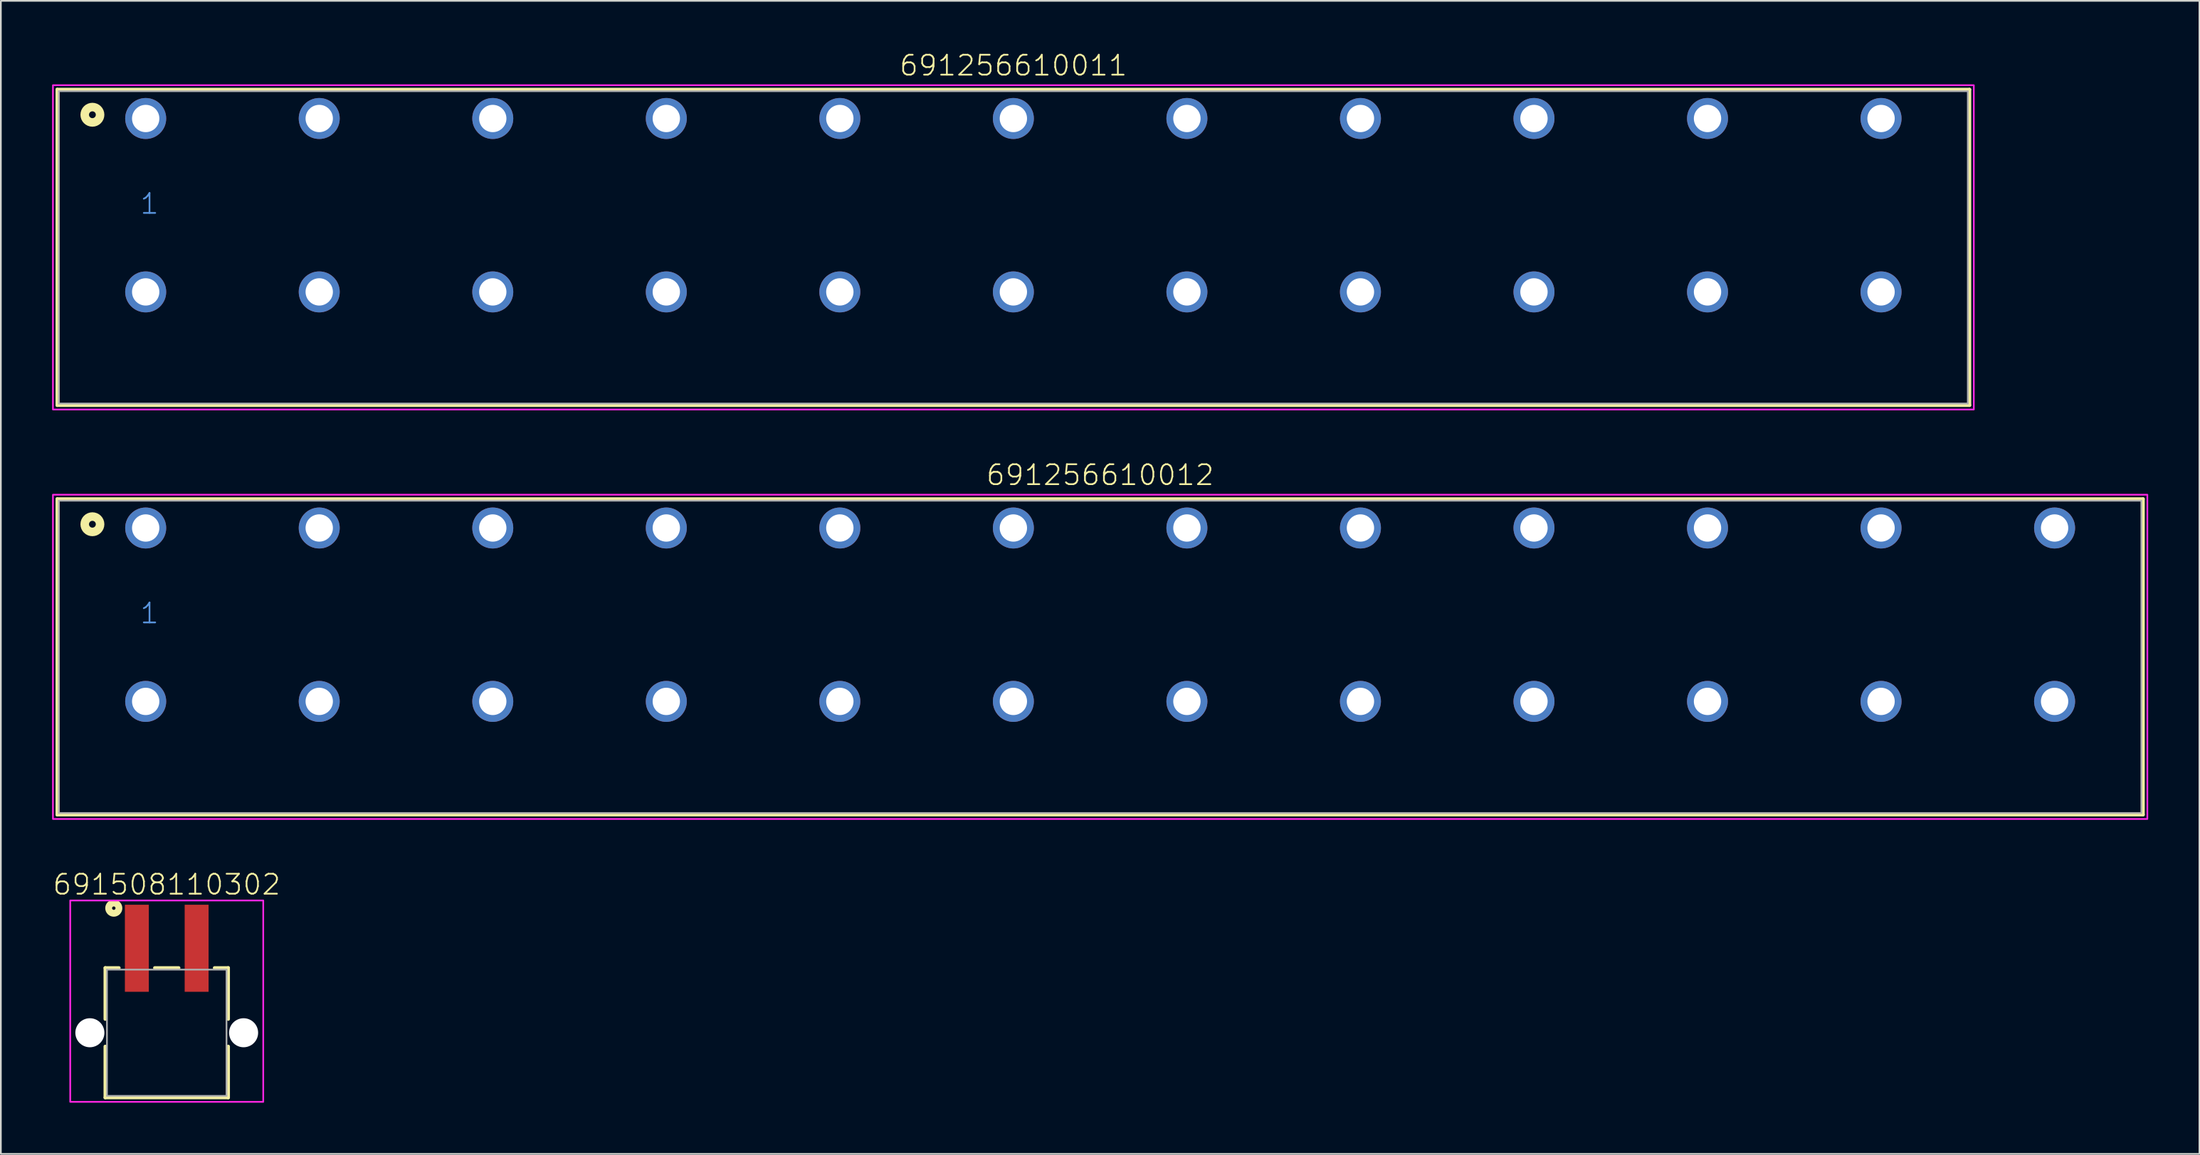
<source format=kicad_pcb>
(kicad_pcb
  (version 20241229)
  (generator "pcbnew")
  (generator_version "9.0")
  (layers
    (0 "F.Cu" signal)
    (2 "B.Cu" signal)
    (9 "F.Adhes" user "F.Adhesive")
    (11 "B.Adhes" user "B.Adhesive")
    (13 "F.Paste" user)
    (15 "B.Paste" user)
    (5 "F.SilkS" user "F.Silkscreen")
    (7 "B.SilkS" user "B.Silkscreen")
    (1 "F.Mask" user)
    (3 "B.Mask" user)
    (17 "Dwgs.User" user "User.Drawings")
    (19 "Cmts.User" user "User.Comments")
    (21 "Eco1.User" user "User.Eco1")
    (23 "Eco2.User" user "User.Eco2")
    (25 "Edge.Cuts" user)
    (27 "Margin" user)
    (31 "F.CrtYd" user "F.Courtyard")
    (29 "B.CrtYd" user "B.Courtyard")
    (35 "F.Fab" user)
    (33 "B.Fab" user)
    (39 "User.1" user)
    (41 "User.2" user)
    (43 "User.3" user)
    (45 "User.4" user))
  (footprint "691256610012"
    (layer "F.Cu")
    (at 61.36 32.966)
    (property "Reference" "691256610012" (at 0 -7.5 0) (unlocked yes) (layer "F.SilkS") (effects (font (size 1.168 1.168) (thickness 0.102)) (justify bottom)))
    (fp_line (start -61.06 -6.78) (end 61.06 -6.78) (stroke (width 0.2) (type solid)) (layer "F.SilkS"))
    (fp_line (start -61.06 11.72) (end -61.06 -6.78) (stroke (width 0.2) (type solid)) (layer "F.SilkS"))
    (fp_line (start 61.06 -6.78) (end 61.06 11.72) (stroke (width 0.2) (type solid)) (layer "F.SilkS"))
    (fp_line (start 61.06 11.72) (end -61.06 11.72) (stroke (width 0.2) (type solid)) (layer "F.SilkS"))
    (fp_circle (center -59 -5.3) (end -58.8 -5.3) (stroke (width 0.5) (type solid)) (fill no) (layer "F.SilkS"))
    (fp_poly (pts (xy 61.31 11.97) (xy -61.31 11.97) (xy -61.31 -7.03) (xy 61.31 -7.03)) (stroke (width 0.1) (type default)) (fill no) (layer "F.CrtYd"))
    (fp_line (start -60.96 -6.68) (end 60.96 -6.68) (stroke (width 0.1) (type solid)) (layer "F.Fab"))
    (fp_line (start -60.96 11.62) (end -60.96 -6.68) (stroke (width 0.1) (type solid)) (layer "F.Fab"))
    (fp_line (start 60.96 -6.68) (end 60.96 11.62) (stroke (width 0.1) (type solid)) (layer "F.Fab"))
    (fp_line (start 60.96 11.62) (end -60.96 11.62) (stroke (width 0.1) (type solid)) (layer "F.Fab"))
    (fp_text user "1" (at -56.28 0.6 0) (unlocked yes) (layer "Cmts.User") (effects (font (size 1.168 1.168) (thickness 0.102)) (justify left bottom)))
    (pad "1" thru_hole circle (at -55.88 -5.08) (size 2.4 2.4) (drill 1.6) (layers "*.Cu" "*.Mask"))
    (pad "2" thru_hole circle (at -45.72 -5.08) (size 2.4 2.4) (drill 1.6) (layers "*.Cu" "*.Mask"))
    (pad "3" thru_hole circle (at -35.56 -5.08) (size 2.4 2.4) (drill 1.6) (layers "*.Cu" "*.Mask"))
    (pad "4" thru_hole circle (at -25.4 -5.08) (size 2.4 2.4) (drill 1.6) (layers "*.Cu" "*.Mask"))
    (pad "5" thru_hole circle (at -15.24 -5.08) (size 2.4 2.4) (drill 1.6) (layers "*.Cu" "*.Mask"))
    (pad "6" thru_hole circle (at -5.08 -5.08) (size 2.4 2.4) (drill 1.6) (layers "*.Cu" "*.Mask"))
    (pad "7" thru_hole circle (at 5.08 -5.08) (size 2.4 2.4) (drill 1.6) (layers "*.Cu" "*.Mask"))
    (pad "8" thru_hole circle (at 15.24 -5.08) (size 2.4 2.4) (drill 1.6) (layers "*.Cu" "*.Mask"))
    (pad "9" thru_hole circle (at 25.4 -5.08) (size 2.4 2.4) (drill 1.6) (layers "*.Cu" "*.Mask"))
    (pad "10" thru_hole circle (at 35.56 -5.08) (size 2.4 2.4) (drill 1.6) (layers "*.Cu" "*.Mask"))
    (pad "11" thru_hole circle (at 45.72 -5.08) (size 2.4 2.4) (drill 1.6) (layers "*.Cu" "*.Mask"))
    (pad "12" thru_hole circle (at 55.88 -5.08) (size 2.4 2.4) (drill 1.6) (layers "*.Cu" "*.Mask"))
    (pad "A1" thru_hole circle (at -55.88 5.08) (size 2.4 2.4) (drill 1.6) (layers "*.Cu" "*.Mask"))
    (pad "A2" thru_hole circle (at -45.72 5.08) (size 2.4 2.4) (drill 1.6) (layers "*.Cu" "*.Mask"))
    (pad "A3" thru_hole circle (at -35.56 5.08) (size 2.4 2.4) (drill 1.6) (layers "*.Cu" "*.Mask"))
    (pad "A4" thru_hole circle (at -25.4 5.08) (size 2.4 2.4) (drill 1.6) (layers "*.Cu" "*.Mask"))
    (pad "A5" thru_hole circle (at -15.24 5.08) (size 2.4 2.4) (drill 1.6) (layers "*.Cu" "*.Mask"))
    (pad "A6" thru_hole circle (at -5.08 5.08) (size 2.4 2.4) (drill 1.6) (layers "*.Cu" "*.Mask"))
    (pad "A7" thru_hole circle (at 5.08 5.08) (size 2.4 2.4) (drill 1.6) (layers "*.Cu" "*.Mask"))
    (pad "A8" thru_hole circle (at 15.24 5.08) (size 2.4 2.4) (drill 1.6) (layers "*.Cu" "*.Mask"))
    (pad "A9" thru_hole circle (at 25.4 5.08) (size 2.4 2.4) (drill 1.6) (layers "*.Cu" "*.Mask"))
    (pad "A10" thru_hole circle (at 35.56 5.08) (size 2.4 2.4) (drill 1.6) (layers "*.Cu" "*.Mask"))
    (pad "A11" thru_hole circle (at 45.72 5.08) (size 2.4 2.4) (drill 1.6) (layers "*.Cu" "*.Mask"))
    (pad "A12" thru_hole circle (at 55.88 5.08) (size 2.4 2.4) (drill 1.6) (layers "*.Cu" "*.Mask")))
  (footprint "691256610011"
    (layer "F.Cu")
    (at 56.28 8.973)
    (property "Reference" "691256610011" (at 0 -7.5 0) (unlocked yes) (layer "F.SilkS") (effects (font (size 1.168 1.168) (thickness 0.102)) (justify bottom)))
    (fp_line (start -55.98 -6.78) (end 55.98 -6.78) (stroke (width 0.2) (type solid)) (layer "F.SilkS"))
    (fp_line (start -55.98 11.72) (end -55.98 -6.78) (stroke (width 0.2) (type solid)) (layer "F.SilkS"))
    (fp_line (start 55.98 -6.78) (end 55.98 11.72) (stroke (width 0.2) (type solid)) (layer "F.SilkS"))
    (fp_line (start 55.98 11.72) (end -55.98 11.72) (stroke (width 0.2) (type solid)) (layer "F.SilkS"))
    (fp_circle (center -53.92 -5.3) (end -53.72 -5.3) (stroke (width 0.5) (type solid)) (fill no) (layer "F.SilkS"))
    (fp_poly (pts (xy 56.23 11.97) (xy -56.23 11.97) (xy -56.23 -7.03) (xy 56.23 -7.03)) (stroke (width 0.1) (type default)) (fill no) (layer "F.CrtYd"))
    (fp_line (start -55.88 -6.68) (end 55.88 -6.68) (stroke (width 0.1) (type solid)) (layer "F.Fab"))
    (fp_line (start -55.88 11.62) (end -55.88 -6.68) (stroke (width 0.1) (type solid)) (layer "F.Fab"))
    (fp_line (start 55.88 -6.68) (end 55.88 11.62) (stroke (width 0.1) (type solid)) (layer "F.Fab"))
    (fp_line (start 55.88 11.62) (end -55.88 11.62) (stroke (width 0.1) (type solid)) (layer "F.Fab"))
    (fp_text user "1" (at -51.2 0.6 0) (unlocked yes) (layer "Cmts.User") (effects (font (size 1.168 1.168) (thickness 0.102)) (justify left bottom)))
    (pad "1" thru_hole circle (at -50.8 -5.08) (size 2.4 2.4) (drill 1.6) (layers "*.Cu" "*.Mask"))
    (pad "2" thru_hole circle (at -40.64 -5.08) (size 2.4 2.4) (drill 1.6) (layers "*.Cu" "*.Mask"))
    (pad "3" thru_hole circle (at -30.48 -5.08) (size 2.4 2.4) (drill 1.6) (layers "*.Cu" "*.Mask"))
    (pad "4" thru_hole circle (at -20.32 -5.08) (size 2.4 2.4) (drill 1.6) (layers "*.Cu" "*.Mask"))
    (pad "5" thru_hole circle (at -10.16 -5.08) (size 2.4 2.4) (drill 1.6) (layers "*.Cu" "*.Mask"))
    (pad "6" thru_hole circle (at 0 -5.08) (size 2.4 2.4) (drill 1.6) (layers "*.Cu" "*.Mask"))
    (pad "7" thru_hole circle (at 10.16 -5.08) (size 2.4 2.4) (drill 1.6) (layers "*.Cu" "*.Mask"))
    (pad "8" thru_hole circle (at 20.32 -5.08) (size 2.4 2.4) (drill 1.6) (layers "*.Cu" "*.Mask"))
    (pad "9" thru_hole circle (at 30.48 -5.08) (size 2.4 2.4) (drill 1.6) (layers "*.Cu" "*.Mask"))
    (pad "10" thru_hole circle (at 40.64 -5.08) (size 2.4 2.4) (drill 1.6) (layers "*.Cu" "*.Mask"))
    (pad "11" thru_hole circle (at 50.8 -5.08) (size 2.4 2.4) (drill 1.6) (layers "*.Cu" "*.Mask"))
    (pad "A1" thru_hole circle (at -50.8 5.08) (size 2.4 2.4) (drill 1.6) (layers "*.Cu" "*.Mask"))
    (pad "A2" thru_hole circle (at -40.64 5.08) (size 2.4 2.4) (drill 1.6) (layers "*.Cu" "*.Mask"))
    (pad "A3" thru_hole circle (at -30.48 5.08) (size 2.4 2.4) (drill 1.6) (layers "*.Cu" "*.Mask"))
    (pad "A4" thru_hole circle (at -20.32 5.08) (size 2.4 2.4) (drill 1.6) (layers "*.Cu" "*.Mask"))
    (pad "A5" thru_hole circle (at -10.16 5.08) (size 2.4 2.4) (drill 1.6) (layers "*.Cu" "*.Mask"))
    (pad "A6" thru_hole circle (at 0 5.08) (size 2.4 2.4) (drill 1.6) (layers "*.Cu" "*.Mask"))
    (pad "A7" thru_hole circle (at 10.16 5.08) (size 2.4 2.4) (drill 1.6) (layers "*.Cu" "*.Mask"))
    (pad "A8" thru_hole circle (at 20.32 5.08) (size 2.4 2.4) (drill 1.6) (layers "*.Cu" "*.Mask"))
    (pad "A9" thru_hole circle (at 30.48 5.08) (size 2.4 2.4) (drill 1.6) (layers "*.Cu" "*.Mask"))
    (pad "A10" thru_hole circle (at 40.64 5.08) (size 2.4 2.4) (drill 1.6) (layers "*.Cu" "*.Mask"))
    (pad "A11" thru_hole circle (at 50.8 5.08) (size 2.4 2.4) (drill 1.6) (layers "*.Cu" "*.Mask")))
  (footprint "691508110302"
    (layer "F.Cu")
    (at 6.712 57.46)
    (property "Reference" "691508110302" (at 0 -8 0) (unlocked yes) (layer "F.SilkS") (effects (font (size 1.168 1.168) (thickness 0.102)) (justify bottom)))
    (fp_line (start -3.6 -3.8) (end -2.8 -3.8) (stroke (width 0.2) (type solid)) (layer "F.SilkS"))
    (fp_line (start -3.6 -0.8) (end -3.6 -3.8) (stroke (width 0.2) (type solid)) (layer "F.SilkS"))
    (fp_line (start -3.6 3.8) (end -3.6 0.8) (stroke (width 0.2) (type solid)) (layer "F.SilkS"))
    (fp_line (start -0.7 -3.8) (end 0.7 -3.8) (stroke (width 0.2) (type solid)) (layer "F.SilkS"))
    (fp_line (start 2.8 -3.8) (end 3.6 -3.8) (stroke (width 0.2) (type solid)) (layer "F.SilkS"))
    (fp_line (start 3.6 -3.8) (end 3.6 -0.8) (stroke (width 0.2) (type solid)) (layer "F.SilkS"))
    (fp_line (start 3.6 0.8) (end 3.6 3.8) (stroke (width 0.2) (type solid)) (layer "F.SilkS"))
    (fp_line (start 3.6 3.8) (end -3.6 3.8) (stroke (width 0.2) (type solid)) (layer "F.SilkS"))
    (fp_circle (center -3.1 -7.3) (end -3 -7.3) (stroke (width 0.4) (type solid)) (fill no) (layer "F.SilkS"))
    (fp_poly (pts (xy 5.65 4.05) (xy -5.65 4.05) (xy -5.65 -7.75) (xy 5.65 -7.75)) (stroke (width 0.1) (type default)) (fill no) (layer "F.CrtYd"))
    (fp_line (start -3.5 -3.7) (end 3.5 -3.7) (stroke (width 0.1) (type solid)) (layer "F.Fab"))
    (fp_line (start -3.5 3.7) (end -3.5 -3.7) (stroke (width 0.1) (type solid)) (layer "F.Fab"))
    (fp_line (start 3.5 -3.7) (end 3.5 3.7) (stroke (width 0.1) (type solid)) (layer "F.Fab"))
    (fp_line (start 3.5 3.7) (end -3.5 3.7) (stroke (width 0.1) (type solid)) (layer "F.Fab"))
    (pad "" np_thru_hole circle (at -4.5 0) (size 1.7 1.7) (drill 1.7) (layers "*.Cu" "*.Mask"))
    (pad "" np_thru_hole circle (at 4.5 0) (size 1.7 1.7) (drill 1.7) (layers "*.Cu" "*.Mask"))
    (pad "1" smd rect (at -1.75 -4.95) (size 1.4 5.1) (layers "F.Cu" "F.Mask" "F.Paste"))
    (pad "2" smd rect (at 1.75 -4.95) (size 1.4 5.1) (layers "F.Cu" "F.Mask" "F.Paste")))
  (gr_rect
    (start -3 -3)
    (end 125.72 64.56)
    (stroke (width 0.1) (type default))
    (fill no)
    (layer "Edge.Cuts")))
</source>
